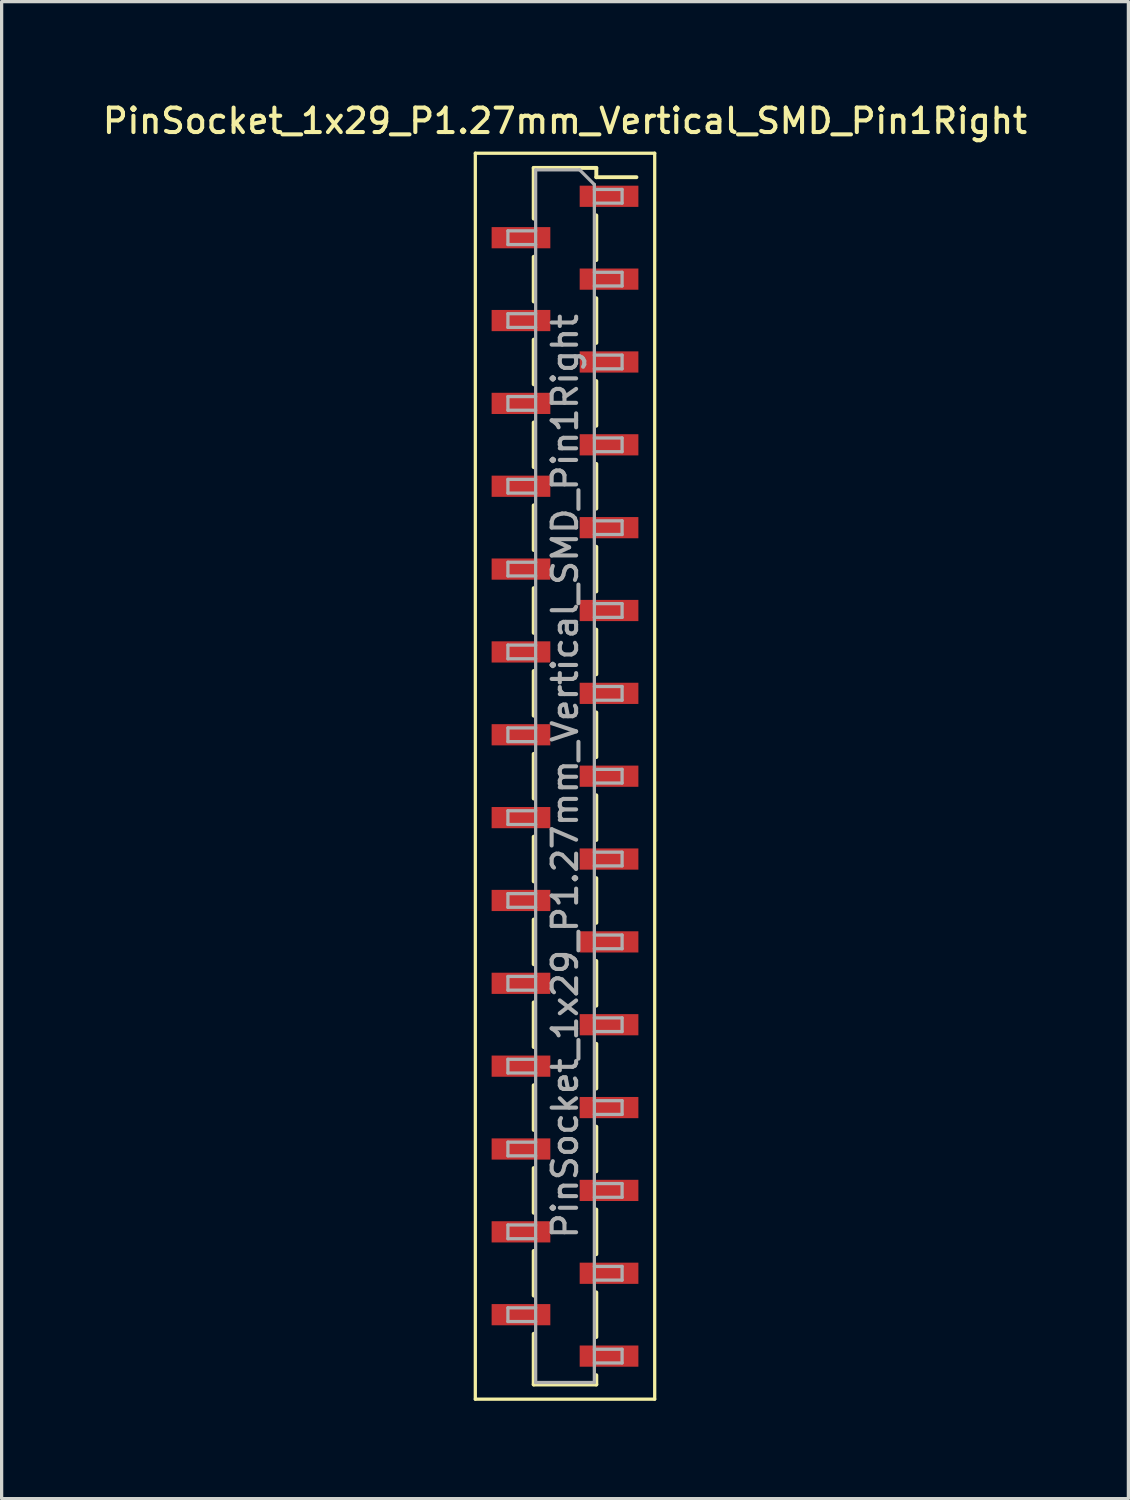
<source format=kicad_pcb>
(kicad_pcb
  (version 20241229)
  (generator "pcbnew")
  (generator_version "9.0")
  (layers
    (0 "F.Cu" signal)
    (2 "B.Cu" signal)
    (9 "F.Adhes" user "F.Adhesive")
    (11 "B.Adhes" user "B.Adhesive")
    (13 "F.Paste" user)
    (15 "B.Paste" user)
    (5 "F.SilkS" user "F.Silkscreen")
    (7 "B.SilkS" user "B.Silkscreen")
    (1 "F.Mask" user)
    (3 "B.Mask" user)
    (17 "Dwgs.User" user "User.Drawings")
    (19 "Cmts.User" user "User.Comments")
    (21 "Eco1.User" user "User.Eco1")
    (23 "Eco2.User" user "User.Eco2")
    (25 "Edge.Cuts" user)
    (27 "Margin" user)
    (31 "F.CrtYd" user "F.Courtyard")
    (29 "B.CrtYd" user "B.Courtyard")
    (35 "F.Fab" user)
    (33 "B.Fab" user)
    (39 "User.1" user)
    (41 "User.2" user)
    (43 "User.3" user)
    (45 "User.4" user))
  (footprint "PinSocket_1x29_P1.27mm_Vertical_SMD_Pin1Right"
    (layer "F.Cu")
    (at 14.273 20.748)
    (property "Reference" "PinSocket_1x29_P1.27mm_Vertical_SMD_Pin1Right" (at 0 -20.09 0) (layer "F.SilkS") (effects (font (size 0.75 0.75) (thickness 0.125))))
    (attr smd)
    (fp_line (start -2.75 -19.1) (end 2.75 -19.1) (stroke (width 0.1) (type solid)) (layer "F.SilkS"))
    (fp_line (start -2.75 19.1) (end -2.75 -19.1) (stroke (width 0.1) (type solid)) (layer "F.SilkS"))
    (fp_line (start -0.96 -18.65) (end -0.96 -17.095) (stroke (width 0.12) (type solid)) (layer "F.SilkS"))
    (fp_line (start -0.96 -18.65) (end 0.96 -18.65) (stroke (width 0.12) (type solid)) (layer "F.SilkS"))
    (fp_line (start -0.96 -15.925) (end -0.96 -14.555) (stroke (width 0.12) (type solid)) (layer "F.SilkS"))
    (fp_line (start -0.96 -13.385) (end -0.96 -12.015) (stroke (width 0.12) (type solid)) (layer "F.SilkS"))
    (fp_line (start -0.96 -10.845) (end -0.96 -9.475) (stroke (width 0.12) (type solid)) (layer "F.SilkS"))
    (fp_line (start -0.96 -8.305) (end -0.96 -6.935) (stroke (width 0.12) (type solid)) (layer "F.SilkS"))
    (fp_line (start -0.96 -5.765) (end -0.96 -4.395) (stroke (width 0.12) (type solid)) (layer "F.SilkS"))
    (fp_line (start -0.96 -3.225) (end -0.96 -1.855) (stroke (width 0.12) (type solid)) (layer "F.SilkS"))
    (fp_line (start -0.96 -0.685) (end -0.96 0.685) (stroke (width 0.12) (type solid)) (layer "F.SilkS"))
    (fp_line (start -0.96 1.855) (end -0.96 3.225) (stroke (width 0.12) (type solid)) (layer "F.SilkS"))
    (fp_line (start -0.96 4.395) (end -0.96 5.765) (stroke (width 0.12) (type solid)) (layer "F.SilkS"))
    (fp_line (start -0.96 6.935) (end -0.96 8.305) (stroke (width 0.12) (type solid)) (layer "F.SilkS"))
    (fp_line (start -0.96 9.475) (end -0.96 10.845) (stroke (width 0.12) (type solid)) (layer "F.SilkS"))
    (fp_line (start -0.96 12.015) (end -0.96 13.385) (stroke (width 0.12) (type solid)) (layer "F.SilkS"))
    (fp_line (start -0.96 14.555) (end -0.96 15.925) (stroke (width 0.12) (type solid)) (layer "F.SilkS"))
    (fp_line (start -0.96 17.095) (end -0.96 18.65) (stroke (width 0.12) (type solid)) (layer "F.SilkS"))
    (fp_line (start -0.96 18.65) (end 0.96 18.65) (stroke (width 0.12) (type solid)) (layer "F.SilkS"))
    (fp_line (start 0.96 -18.65) (end 0.96 -18.365) (stroke (width 0.12) (type solid)) (layer "F.SilkS"))
    (fp_line (start 0.96 -18.365) (end 2.19 -18.365) (stroke (width 0.12) (type solid)) (layer "F.SilkS"))
    (fp_line (start 0.96 -17.195) (end 0.96 -15.825) (stroke (width 0.12) (type solid)) (layer "F.SilkS"))
    (fp_line (start 0.96 -14.655) (end 0.96 -13.285) (stroke (width 0.12) (type solid)) (layer "F.SilkS"))
    (fp_line (start 0.96 -12.115) (end 0.96 -10.745) (stroke (width 0.12) (type solid)) (layer "F.SilkS"))
    (fp_line (start 0.96 -9.575) (end 0.96 -8.205) (stroke (width 0.12) (type solid)) (layer "F.SilkS"))
    (fp_line (start 0.96 -7.035) (end 0.96 -5.665) (stroke (width 0.12) (type solid)) (layer "F.SilkS"))
    (fp_line (start 0.96 -4.495) (end 0.96 -3.125) (stroke (width 0.12) (type solid)) (layer "F.SilkS"))
    (fp_line (start 0.96 -1.955) (end 0.96 -0.585) (stroke (width 0.12) (type solid)) (layer "F.SilkS"))
    (fp_line (start 0.96 0.585) (end 0.96 1.955) (stroke (width 0.12) (type solid)) (layer "F.SilkS"))
    (fp_line (start 0.96 3.125) (end 0.96 4.495) (stroke (width 0.12) (type solid)) (layer "F.SilkS"))
    (fp_line (start 0.96 5.665) (end 0.96 7.035) (stroke (width 0.12) (type solid)) (layer "F.SilkS"))
    (fp_line (start 0.96 8.205) (end 0.96 9.575) (stroke (width 0.12) (type solid)) (layer "F.SilkS"))
    (fp_line (start 0.96 10.745) (end 0.96 12.115) (stroke (width 0.12) (type solid)) (layer "F.SilkS"))
    (fp_line (start 0.96 13.285) (end 0.96 14.655) (stroke (width 0.12) (type solid)) (layer "F.SilkS"))
    (fp_line (start 0.96 15.825) (end 0.96 17.195) (stroke (width 0.12) (type solid)) (layer "F.SilkS"))
    (fp_line (start 0.96 18.365) (end 0.96 18.65) (stroke (width 0.12) (type solid)) (layer "F.SilkS"))
    (fp_line (start 2.75 -19.1) (end 2.75 19.1) (stroke (width 0.1) (type solid)) (layer "F.SilkS"))
    (fp_line (start 2.75 19.1) (end -2.75 19.1) (stroke (width 0.1) (type solid)) (layer "F.SilkS"))
    (fp_line (start -1.75 -16.72) (end -0.9 -16.72) (stroke (width 0.1) (type solid)) (layer "F.Fab"))
    (fp_line (start -1.75 -16.3) (end -1.75 -16.72) (stroke (width 0.1) (type solid)) (layer "F.Fab"))
    (fp_line (start -1.75 -14.18) (end -0.9 -14.18) (stroke (width 0.1) (type solid)) (layer "F.Fab"))
    (fp_line (start -1.75 -13.76) (end -1.75 -14.18) (stroke (width 0.1) (type solid)) (layer "F.Fab"))
    (fp_line (start -1.75 -11.64) (end -0.9 -11.64) (stroke (width 0.1) (type solid)) (layer "F.Fab"))
    (fp_line (start -1.75 -11.22) (end -1.75 -11.64) (stroke (width 0.1) (type solid)) (layer "F.Fab"))
    (fp_line (start -1.75 -9.1) (end -0.9 -9.1) (stroke (width 0.1) (type solid)) (layer "F.Fab"))
    (fp_line (start -1.75 -8.68) (end -1.75 -9.1) (stroke (width 0.1) (type solid)) (layer "F.Fab"))
    (fp_line (start -1.75 -6.56) (end -0.9 -6.56) (stroke (width 0.1) (type solid)) (layer "F.Fab"))
    (fp_line (start -1.75 -6.14) (end -1.75 -6.56) (stroke (width 0.1) (type solid)) (layer "F.Fab"))
    (fp_line (start -1.75 -4.02) (end -0.9 -4.02) (stroke (width 0.1) (type solid)) (layer "F.Fab"))
    (fp_line (start -1.75 -3.6) (end -1.75 -4.02) (stroke (width 0.1) (type solid)) (layer "F.Fab"))
    (fp_line (start -1.75 -1.48) (end -0.9 -1.48) (stroke (width 0.1) (type solid)) (layer "F.Fab"))
    (fp_line (start -1.75 -1.06) (end -1.75 -1.48) (stroke (width 0.1) (type solid)) (layer "F.Fab"))
    (fp_line (start -1.75 1.06) (end -0.9 1.06) (stroke (width 0.1) (type solid)) (layer "F.Fab"))
    (fp_line (start -1.75 1.48) (end -1.75 1.06) (stroke (width 0.1) (type solid)) (layer "F.Fab"))
    (fp_line (start -1.75 3.6) (end -0.9 3.6) (stroke (width 0.1) (type solid)) (layer "F.Fab"))
    (fp_line (start -1.75 4.02) (end -1.75 3.6) (stroke (width 0.1) (type solid)) (layer "F.Fab"))
    (fp_line (start -1.75 6.14) (end -0.9 6.14) (stroke (width 0.1) (type solid)) (layer "F.Fab"))
    (fp_line (start -1.75 6.56) (end -1.75 6.14) (stroke (width 0.1) (type solid)) (layer "F.Fab"))
    (fp_line (start -1.75 8.68) (end -0.9 8.68) (stroke (width 0.1) (type solid)) (layer "F.Fab"))
    (fp_line (start -1.75 9.1) (end -1.75 8.68) (stroke (width 0.1) (type solid)) (layer "F.Fab"))
    (fp_line (start -1.75 11.22) (end -0.9 11.22) (stroke (width 0.1) (type solid)) (layer "F.Fab"))
    (fp_line (start -1.75 11.64) (end -1.75 11.22) (stroke (width 0.1) (type solid)) (layer "F.Fab"))
    (fp_line (start -1.75 13.76) (end -0.9 13.76) (stroke (width 0.1) (type solid)) (layer "F.Fab"))
    (fp_line (start -1.75 14.18) (end -1.75 13.76) (stroke (width 0.1) (type solid)) (layer "F.Fab"))
    (fp_line (start -1.75 16.3) (end -0.9 16.3) (stroke (width 0.1) (type solid)) (layer "F.Fab"))
    (fp_line (start -1.75 16.72) (end -1.75 16.3) (stroke (width 0.1) (type solid)) (layer "F.Fab"))
    (fp_line (start -0.9 -18.59) (end 0.45 -18.59) (stroke (width 0.1) (type solid)) (layer "F.Fab"))
    (fp_line (start -0.9 -16.3) (end -1.75 -16.3) (stroke (width 0.1) (type solid)) (layer "F.Fab"))
    (fp_line (start -0.9 -13.76) (end -1.75 -13.76) (stroke (width 0.1) (type solid)) (layer "F.Fab"))
    (fp_line (start -0.9 -11.22) (end -1.75 -11.22) (stroke (width 0.1) (type solid)) (layer "F.Fab"))
    (fp_line (start -0.9 -8.68) (end -1.75 -8.68) (stroke (width 0.1) (type solid)) (layer "F.Fab"))
    (fp_line (start -0.9 -6.14) (end -1.75 -6.14) (stroke (width 0.1) (type solid)) (layer "F.Fab"))
    (fp_line (start -0.9 -3.6) (end -1.75 -3.6) (stroke (width 0.1) (type solid)) (layer "F.Fab"))
    (fp_line (start -0.9 -1.06) (end -1.75 -1.06) (stroke (width 0.1) (type solid)) (layer "F.Fab"))
    (fp_line (start -0.9 1.48) (end -1.75 1.48) (stroke (width 0.1) (type solid)) (layer "F.Fab"))
    (fp_line (start -0.9 4.02) (end -1.75 4.02) (stroke (width 0.1) (type solid)) (layer "F.Fab"))
    (fp_line (start -0.9 6.56) (end -1.75 6.56) (stroke (width 0.1) (type solid)) (layer "F.Fab"))
    (fp_line (start -0.9 9.1) (end -1.75 9.1) (stroke (width 0.1) (type solid)) (layer "F.Fab"))
    (fp_line (start -0.9 11.64) (end -1.75 11.64) (stroke (width 0.1) (type solid)) (layer "F.Fab"))
    (fp_line (start -0.9 14.18) (end -1.75 14.18) (stroke (width 0.1) (type solid)) (layer "F.Fab"))
    (fp_line (start -0.9 16.72) (end -1.75 16.72) (stroke (width 0.1) (type solid)) (layer "F.Fab"))
    (fp_line (start -0.9 18.59) (end -0.9 -18.59) (stroke (width 0.1) (type solid)) (layer "F.Fab"))
    (fp_line (start 0.45 -18.59) (end 0.9 -18.14) (stroke (width 0.1) (type solid)) (layer "F.Fab"))
    (fp_line (start 0.9 -18.14) (end 0.9 18.59) (stroke (width 0.1) (type solid)) (layer "F.Fab"))
    (fp_line (start 0.9 -17.99) (end 1.75 -17.99) (stroke (width 0.1) (type solid)) (layer "F.Fab"))
    (fp_line (start 0.9 -15.45) (end 1.75 -15.45) (stroke (width 0.1) (type solid)) (layer "F.Fab"))
    (fp_line (start 0.9 -12.91) (end 1.75 -12.91) (stroke (width 0.1) (type solid)) (layer "F.Fab"))
    (fp_line (start 0.9 -10.37) (end 1.75 -10.37) (stroke (width 0.1) (type solid)) (layer "F.Fab"))
    (fp_line (start 0.9 -7.83) (end 1.75 -7.83) (stroke (width 0.1) (type solid)) (layer "F.Fab"))
    (fp_line (start 0.9 -5.29) (end 1.75 -5.29) (stroke (width 0.1) (type solid)) (layer "F.Fab"))
    (fp_line (start 0.9 -2.75) (end 1.75 -2.75) (stroke (width 0.1) (type solid)) (layer "F.Fab"))
    (fp_line (start 0.9 -0.21) (end 1.75 -0.21) (stroke (width 0.1) (type solid)) (layer "F.Fab"))
    (fp_line (start 0.9 2.33) (end 1.75 2.33) (stroke (width 0.1) (type solid)) (layer "F.Fab"))
    (fp_line (start 0.9 4.87) (end 1.75 4.87) (stroke (width 0.1) (type solid)) (layer "F.Fab"))
    (fp_line (start 0.9 7.41) (end 1.75 7.41) (stroke (width 0.1) (type solid)) (layer "F.Fab"))
    (fp_line (start 0.9 9.95) (end 1.75 9.95) (stroke (width 0.1) (type solid)) (layer "F.Fab"))
    (fp_line (start 0.9 12.49) (end 1.75 12.49) (stroke (width 0.1) (type solid)) (layer "F.Fab"))
    (fp_line (start 0.9 15.03) (end 1.75 15.03) (stroke (width 0.1) (type solid)) (layer "F.Fab"))
    (fp_line (start 0.9 17.57) (end 1.75 17.57) (stroke (width 0.1) (type solid)) (layer "F.Fab"))
    (fp_line (start 0.9 18.59) (end -0.9 18.59) (stroke (width 0.1) (type solid)) (layer "F.Fab"))
    (fp_line (start 1.75 -17.99) (end 1.75 -17.57) (stroke (width 0.1) (type solid)) (layer "F.Fab"))
    (fp_line (start 1.75 -17.57) (end 0.9 -17.57) (stroke (width 0.1) (type solid)) (layer "F.Fab"))
    (fp_line (start 1.75 -15.45) (end 1.75 -15.03) (stroke (width 0.1) (type solid)) (layer "F.Fab"))
    (fp_line (start 1.75 -15.03) (end 0.9 -15.03) (stroke (width 0.1) (type solid)) (layer "F.Fab"))
    (fp_line (start 1.75 -12.91) (end 1.75 -12.49) (stroke (width 0.1) (type solid)) (layer "F.Fab"))
    (fp_line (start 1.75 -12.49) (end 0.9 -12.49) (stroke (width 0.1) (type solid)) (layer "F.Fab"))
    (fp_line (start 1.75 -10.37) (end 1.75 -9.95) (stroke (width 0.1) (type solid)) (layer "F.Fab"))
    (fp_line (start 1.75 -9.95) (end 0.9 -9.95) (stroke (width 0.1) (type solid)) (layer "F.Fab"))
    (fp_line (start 1.75 -7.83) (end 1.75 -7.41) (stroke (width 0.1) (type solid)) (layer "F.Fab"))
    (fp_line (start 1.75 -7.41) (end 0.9 -7.41) (stroke (width 0.1) (type solid)) (layer "F.Fab"))
    (fp_line (start 1.75 -5.29) (end 1.75 -4.87) (stroke (width 0.1) (type solid)) (layer "F.Fab"))
    (fp_line (start 1.75 -4.87) (end 0.9 -4.87) (stroke (width 0.1) (type solid)) (layer "F.Fab"))
    (fp_line (start 1.75 -2.75) (end 1.75 -2.33) (stroke (width 0.1) (type solid)) (layer "F.Fab"))
    (fp_line (start 1.75 -2.33) (end 0.9 -2.33) (stroke (width 0.1) (type solid)) (layer "F.Fab"))
    (fp_line (start 1.75 -0.21) (end 1.75 0.21) (stroke (width 0.1) (type solid)) (layer "F.Fab"))
    (fp_line (start 1.75 0.21) (end 0.9 0.21) (stroke (width 0.1) (type solid)) (layer "F.Fab"))
    (fp_line (start 1.75 2.33) (end 1.75 2.75) (stroke (width 0.1) (type solid)) (layer "F.Fab"))
    (fp_line (start 1.75 2.75) (end 0.9 2.75) (stroke (width 0.1) (type solid)) (layer "F.Fab"))
    (fp_line (start 1.75 4.87) (end 1.75 5.29) (stroke (width 0.1) (type solid)) (layer "F.Fab"))
    (fp_line (start 1.75 5.29) (end 0.9 5.29) (stroke (width 0.1) (type solid)) (layer "F.Fab"))
    (fp_line (start 1.75 7.41) (end 1.75 7.83) (stroke (width 0.1) (type solid)) (layer "F.Fab"))
    (fp_line (start 1.75 7.83) (end 0.9 7.83) (stroke (width 0.1) (type solid)) (layer "F.Fab"))
    (fp_line (start 1.75 9.95) (end 1.75 10.37) (stroke (width 0.1) (type solid)) (layer "F.Fab"))
    (fp_line (start 1.75 10.37) (end 0.9 10.37) (stroke (width 0.1) (type solid)) (layer "F.Fab"))
    (fp_line (start 1.75 12.49) (end 1.75 12.91) (stroke (width 0.1) (type solid)) (layer "F.Fab"))
    (fp_line (start 1.75 12.91) (end 0.9 12.91) (stroke (width 0.1) (type solid)) (layer "F.Fab"))
    (fp_line (start 1.75 15.03) (end 1.75 15.45) (stroke (width 0.1) (type solid)) (layer "F.Fab"))
    (fp_line (start 1.75 15.45) (end 0.9 15.45) (stroke (width 0.1) (type solid)) (layer "F.Fab"))
    (fp_line (start 1.75 17.57) (end 1.75 17.99) (stroke (width 0.1) (type solid)) (layer "F.Fab"))
    (fp_line (start 1.75 17.99) (end 0.9 17.99) (stroke (width 0.1) (type solid)) (layer "F.Fab"))
    (fp_text user "${REFERENCE}" (at 0 0 90) (layer "F.Fab") (effects (font (size 0.75 0.75) (thickness 0.125))))
    (pad "1" smd rect (at 1.35 -17.78) (size 1.8 0.65) (layers "F.Cu" "F.Mask" "F.Paste"))
    (pad "2" smd rect (at -1.35 -16.51) (size 1.8 0.65) (layers "F.Cu" "F.Mask" "F.Paste"))
    (pad "3" smd rect (at 1.35 -15.24) (size 1.8 0.65) (layers "F.Cu" "F.Mask" "F.Paste"))
    (pad "4" smd rect (at -1.35 -13.97) (size 1.8 0.65) (layers "F.Cu" "F.Mask" "F.Paste"))
    (pad "5" smd rect (at 1.35 -12.7) (size 1.8 0.65) (layers "F.Cu" "F.Mask" "F.Paste"))
    (pad "6" smd rect (at -1.35 -11.43) (size 1.8 0.65) (layers "F.Cu" "F.Mask" "F.Paste"))
    (pad "7" smd rect (at 1.35 -10.16) (size 1.8 0.65) (layers "F.Cu" "F.Mask" "F.Paste"))
    (pad "8" smd rect (at -1.35 -8.89) (size 1.8 0.65) (layers "F.Cu" "F.Mask" "F.Paste"))
    (pad "9" smd rect (at 1.35 -7.62) (size 1.8 0.65) (layers "F.Cu" "F.Mask" "F.Paste"))
    (pad "10" smd rect (at -1.35 -6.35) (size 1.8 0.65) (layers "F.Cu" "F.Mask" "F.Paste"))
    (pad "11" smd rect (at 1.35 -5.08) (size 1.8 0.65) (layers "F.Cu" "F.Mask" "F.Paste"))
    (pad "12" smd rect (at -1.35 -3.81) (size 1.8 0.65) (layers "F.Cu" "F.Mask" "F.Paste"))
    (pad "13" smd rect (at 1.35 -2.54) (size 1.8 0.65) (layers "F.Cu" "F.Mask" "F.Paste"))
    (pad "14" smd rect (at -1.35 -1.27) (size 1.8 0.65) (layers "F.Cu" "F.Mask" "F.Paste"))
    (pad "15" smd rect (at 1.35 0) (size 1.8 0.65) (layers "F.Cu" "F.Mask" "F.Paste"))
    (pad "16" smd rect (at -1.35 1.27) (size 1.8 0.65) (layers "F.Cu" "F.Mask" "F.Paste"))
    (pad "17" smd rect (at 1.35 2.54) (size 1.8 0.65) (layers "F.Cu" "F.Mask" "F.Paste"))
    (pad "18" smd rect (at -1.35 3.81) (size 1.8 0.65) (layers "F.Cu" "F.Mask" "F.Paste"))
    (pad "19" smd rect (at 1.35 5.08) (size 1.8 0.65) (layers "F.Cu" "F.Mask" "F.Paste"))
    (pad "20" smd rect (at -1.35 6.35) (size 1.8 0.65) (layers "F.Cu" "F.Mask" "F.Paste"))
    (pad "21" smd rect (at 1.35 7.62) (size 1.8 0.65) (layers "F.Cu" "F.Mask" "F.Paste"))
    (pad "22" smd rect (at -1.35 8.89) (size 1.8 0.65) (layers "F.Cu" "F.Mask" "F.Paste"))
    (pad "23" smd rect (at 1.35 10.16) (size 1.8 0.65) (layers "F.Cu" "F.Mask" "F.Paste"))
    (pad "24" smd rect (at -1.35 11.43) (size 1.8 0.65) (layers "F.Cu" "F.Mask" "F.Paste"))
    (pad "25" smd rect (at 1.35 12.7) (size 1.8 0.65) (layers "F.Cu" "F.Mask" "F.Paste"))
    (pad "26" smd rect (at -1.35 13.97) (size 1.8 0.65) (layers "F.Cu" "F.Mask" "F.Paste"))
    (pad "27" smd rect (at 1.35 15.24) (size 1.8 0.65) (layers "F.Cu" "F.Mask" "F.Paste"))
    (pad "28" smd rect (at -1.35 16.51) (size 1.8 0.65) (layers "F.Cu" "F.Mask" "F.Paste"))
    (pad "29" smd rect (at 1.35 17.78) (size 1.8 0.65) (layers "F.Cu" "F.Mask" "F.Paste")))
  (gr_rect
    (start -3 -3)
    (end 31.546 42.898)
    (stroke (width 0.1) (type default))
    (fill no)
    (layer "Edge.Cuts")))
</source>
